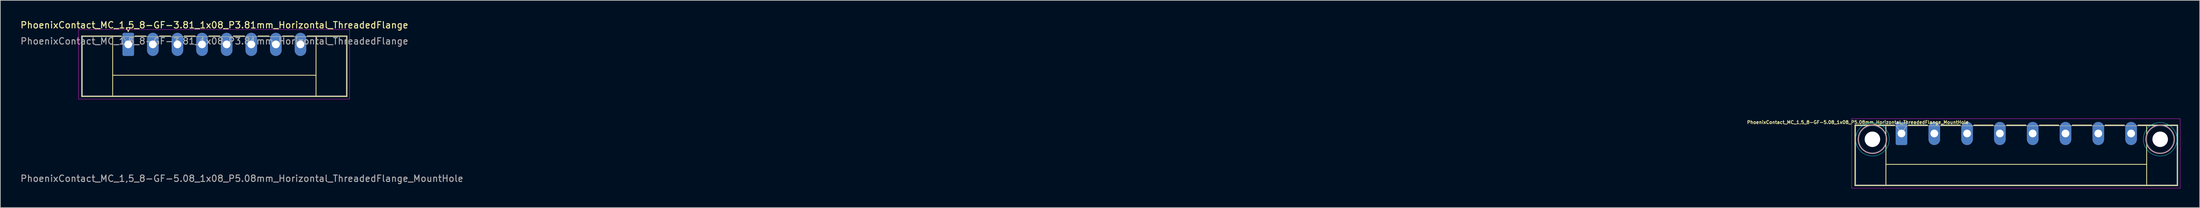
<source format=kicad_pcb>
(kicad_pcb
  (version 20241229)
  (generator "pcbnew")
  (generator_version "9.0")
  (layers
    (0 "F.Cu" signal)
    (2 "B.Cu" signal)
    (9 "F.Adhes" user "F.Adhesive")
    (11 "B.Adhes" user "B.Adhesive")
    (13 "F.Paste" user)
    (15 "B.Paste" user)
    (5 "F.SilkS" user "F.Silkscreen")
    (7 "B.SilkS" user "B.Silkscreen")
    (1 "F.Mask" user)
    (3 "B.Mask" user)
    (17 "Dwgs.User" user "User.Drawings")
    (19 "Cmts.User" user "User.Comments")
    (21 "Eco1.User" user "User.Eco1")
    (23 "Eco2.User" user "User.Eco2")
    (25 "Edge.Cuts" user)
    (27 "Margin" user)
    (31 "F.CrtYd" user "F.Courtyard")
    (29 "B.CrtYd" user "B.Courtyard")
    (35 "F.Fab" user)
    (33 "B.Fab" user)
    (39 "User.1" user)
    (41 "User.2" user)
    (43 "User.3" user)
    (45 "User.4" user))
  (footprint "PhoenixContact_MC_1,5_8-GF-3.81_1x08_P3.81mm_Horizontal_ThreadedFlange"
    (layer "F.Cu")
    (at 16.809 3.848)
    (property "Reference" "PhoenixContact_MC_1,5_8-GF-3.81_1x08_P3.81mm_Horizontal_ThreadedFlange" (at 13.34 -3 0) (layer "F.SilkS") (effects (font (size 1 1) (thickness 0.15))))
    (attr through_hole)
    (fp_line (start -7.21 -1.31) (end -7.21 8.11) (stroke (width 0.12) (type solid)) (layer "F.SilkS"))
    (fp_line (start -7.21 -1.31) (end -1.05 -1.31) (stroke (width 0.12) (type solid)) (layer "F.SilkS"))
    (fp_line (start -7.21 8.11) (end 33.88 8.11) (stroke (width 0.12) (type solid)) (layer "F.SilkS"))
    (fp_line (start -2.41 -1.31) (end -2.41 8.11) (stroke (width 0.12) (type solid)) (layer "F.SilkS"))
    (fp_line (start -2.41 4.8) (end 29.08 4.8) (stroke (width 0.12) (type solid)) (layer "F.SilkS"))
    (fp_line (start -0.3 -2.6) (end 0.3 -2.6) (stroke (width 0.12) (type solid)) (layer "F.SilkS"))
    (fp_line (start 0 -2) (end -0.3 -2.6) (stroke (width 0.12) (type solid)) (layer "F.SilkS"))
    (fp_line (start 0.3 -2.6) (end 0 -2) (stroke (width 0.12) (type solid)) (layer "F.SilkS"))
    (fp_line (start 1.05 -1.31) (end 2.76 -1.31) (stroke (width 0.12) (type solid)) (layer "F.SilkS"))
    (fp_line (start 4.86 -1.31) (end 6.57 -1.31) (stroke (width 0.12) (type solid)) (layer "F.SilkS"))
    (fp_line (start 8.67 -1.31) (end 10.38 -1.31) (stroke (width 0.12) (type solid)) (layer "F.SilkS"))
    (fp_line (start 12.48 -1.31) (end 14.19 -1.31) (stroke (width 0.12) (type solid)) (layer "F.SilkS"))
    (fp_line (start 16.29 -1.31) (end 18 -1.31) (stroke (width 0.12) (type solid)) (layer "F.SilkS"))
    (fp_line (start 20.1 -1.31) (end 21.81 -1.31) (stroke (width 0.12) (type solid)) (layer "F.SilkS"))
    (fp_line (start 23.91 -1.31) (end 25.62 -1.31) (stroke (width 0.12) (type solid)) (layer "F.SilkS"))
    (fp_line (start 29.08 -1.31) (end 29.08 8.11) (stroke (width 0.12) (type solid)) (layer "F.SilkS"))
    (fp_line (start 33.88 -1.31) (end 27.72 -1.31) (stroke (width 0.12) (type solid)) (layer "F.SilkS"))
    (fp_line (start 33.88 8.11) (end 33.88 -1.31) (stroke (width 0.12) (type solid)) (layer "F.SilkS"))
    (fp_line (start -7.71 -2.3) (end -7.71 8.5) (stroke (width 0.05) (type solid)) (layer "F.CrtYd"))
    (fp_line (start -7.71 8.5) (end 34.27 8.5) (stroke (width 0.05) (type solid)) (layer "F.CrtYd"))
    (fp_line (start 34.27 -2.3) (end -7.71 -2.3) (stroke (width 0.05) (type solid)) (layer "F.CrtYd"))
    (fp_line (start 34.27 8.5) (end 34.27 -2.3) (stroke (width 0.05) (type solid)) (layer "F.CrtYd"))
    (fp_line (start -7.1 -1.2) (end -7.1 8) (stroke (width 0.1) (type solid)) (layer "F.Fab"))
    (fp_line (start -7.1 8) (end 33.77 8) (stroke (width 0.1) (type solid)) (layer "F.Fab"))
    (fp_line (start 0 0) (end -0.8 -1.2) (stroke (width 0.1) (type solid)) (layer "F.Fab"))
    (fp_line (start 0.8 -1.2) (end 0 0) (stroke (width 0.1) (type solid)) (layer "F.Fab"))
    (fp_line (start 33.77 -1.2) (end -7.1 -1.2) (stroke (width 0.1) (type solid)) (layer "F.Fab"))
    (fp_line (start 33.77 8) (end 33.77 -1.2) (stroke (width 0.1) (type solid)) (layer "F.Fab"))
    (fp_text user "${REFERENCE}" (at 13.34 -0.5 0) (layer "F.Fab") (effects (font (size 1 1) (thickness 0.15))))
    (pad "1" thru_hole roundrect (at 0 0) (size 1.8 3.6) (drill 1.2) (layers "*.Cu" "*.Mask") (roundrect_rratio 0.139))
    (pad "2" thru_hole oval (at 3.81 0) (size 1.8 3.6) (drill 1.2) (layers "*.Cu" "*.Mask"))
    (pad "3" thru_hole oval (at 7.62 0) (size 1.8 3.6) (drill 1.2) (layers "*.Cu" "*.Mask"))
    (pad "4" thru_hole oval (at 11.43 0) (size 1.8 3.6) (drill 1.2) (layers "*.Cu" "*.Mask"))
    (pad "5" thru_hole oval (at 15.24 0) (size 1.8 3.6) (drill 1.2) (layers "*.Cu" "*.Mask"))
    (pad "6" thru_hole oval (at 19.05 0) (size 1.8 3.6) (drill 1.2) (layers "*.Cu" "*.Mask"))
    (pad "7" thru_hole oval (at 22.86 0) (size 1.8 3.6) (drill 1.2) (layers "*.Cu" "*.Mask"))
    (pad "8" thru_hole oval (at 26.67 0) (size 1.8 3.6) (drill 1.2) (layers "*.Cu" "*.Mask")))
  (footprint "PhoenixContact_MC_1,5_8-GF-5.08_1x08_P5.08mm_Horizontal_ThreadedFlange_MountHole"
    (layer "F.Cu")
    (at 291.411 17.698)
    (property "Reference" "PhoenixContact_MC_1,5_8-GF-5.08_1x08_P5.08mm_Horizontal_ThreadedFlange_MountHole" (at -6.761 -1.741 0) (layer "F.SilkS") (effects (font (size 0.5 0.5) (thickness 0.1))))
    (attr through_hole)
    (fp_line (start -7.21 -1.31) (end -7.21 8.11) (stroke (width 0.12) (type solid)) (layer "F.SilkS"))
    (fp_line (start -7.21 -1.31) (end -1.05 -1.31) (stroke (width 0.12) (type solid)) (layer "F.SilkS"))
    (fp_line (start -7.21 8.11) (end 42.77 8.11) (stroke (width 0.12) (type solid)) (layer "F.SilkS"))
    (fp_line (start -2.41 -1.31) (end -2.41 8.11) (stroke (width 0.12) (type solid)) (layer "F.SilkS"))
    (fp_line (start -2.41 4.8) (end 37.97 4.8) (stroke (width 0.12) (type solid)) (layer "F.SilkS"))
    (fp_line (start 1.05 -1.31) (end 4.03 -1.31) (stroke (width 0.12) (type solid)) (layer "F.SilkS"))
    (fp_line (start 6.13 -1.31) (end 9.11 -1.31) (stroke (width 0.12) (type solid)) (layer "F.SilkS"))
    (fp_line (start 11.21 -1.31) (end 14.19 -1.31) (stroke (width 0.12) (type solid)) (layer "F.SilkS"))
    (fp_line (start 16.29 -1.31) (end 19.27 -1.31) (stroke (width 0.12) (type solid)) (layer "F.SilkS"))
    (fp_line (start 21.37 -1.31) (end 24.35 -1.31) (stroke (width 0.12) (type solid)) (layer "F.SilkS"))
    (fp_line (start 26.45 -1.31) (end 29.43 -1.31) (stroke (width 0.12) (type solid)) (layer "F.SilkS"))
    (fp_line (start 31.53 -1.31) (end 34.51 -1.31) (stroke (width 0.12) (type solid)) (layer "F.SilkS"))
    (fp_line (start 37.97 -1.31) (end 37.97 8.11) (stroke (width 0.12) (type solid)) (layer "F.SilkS"))
    (fp_line (start 42.77 -1.31) (end 36.61 -1.31) (stroke (width 0.12) (type solid)) (layer "F.SilkS"))
    (fp_line (start 42.77 8.11) (end 42.77 -1.31) (stroke (width 0.12) (type solid)) (layer "F.SilkS"))
    (fp_circle (center -4.5 0.9) (end -2.29 0.9) (stroke (width 0.12) (type solid)) (fill no) (layer "B.SilkS"))
    (fp_circle (center 40.06 0.9) (end 42.27 0.9) (stroke (width 0.12) (type solid)) (fill no) (layer "B.SilkS"))
    (fp_circle (center -4.5 0.9) (end -1.9 0.9) (stroke (width 0.05) (type solid)) (fill no) (layer "B.CrtYd"))
    (fp_circle (center 40.06 0.9) (end 42.66 0.9) (stroke (width 0.05) (type solid)) (fill no) (layer "B.CrtYd"))
    (fp_line (start -7.71 -2.3) (end -7.71 8.5) (stroke (width 0.05) (type solid)) (layer "F.CrtYd"))
    (fp_line (start -7.71 8.5) (end 43.16 8.5) (stroke (width 0.05) (type solid)) (layer "F.CrtYd"))
    (fp_line (start 43.16 -2.3) (end -7.71 -2.3) (stroke (width 0.05) (type solid)) (layer "F.CrtYd"))
    (fp_line (start 43.16 8.5) (end 43.16 -2.3) (stroke (width 0.05) (type solid)) (layer "F.CrtYd"))
    (fp_circle (center -4.5 0.9) (end -2.4 0.9) (stroke (width 0.1) (type solid)) (fill no) (layer "B.Fab"))
    (fp_circle (center 40.06 0.9) (end 42.16 0.9) (stroke (width 0.1) (type solid)) (fill no) (layer "B.Fab"))
    (fp_line (start -7.1 -1.2) (end -7.1 8) (stroke (width 0.1) (type solid)) (layer "F.Fab"))
    (fp_line (start -7.1 8) (end 42.66 8) (stroke (width 0.1) (type solid)) (layer "F.Fab"))
    (fp_line (start 0 0) (end -0.8 -1.2) (stroke (width 0.1) (type solid)) (layer "F.Fab"))
    (fp_line (start 0.8 -1.2) (end 0 0) (stroke (width 0.1) (type solid)) (layer "F.Fab"))
    (fp_line (start 42.66 -1.2) (end -7.1 -1.2) (stroke (width 0.1) (type solid)) (layer "F.Fab"))
    (fp_line (start 42.66 8) (end 42.66 -1.2) (stroke (width 0.1) (type solid)) (layer "F.Fab"))
    (fp_text user "${REFERENCE}" (at -257 7 0) (layer "F.Fab") (effects (font (size 1 1) (thickness 0.15))))
    (pad "" np_thru_hole circle (at -4.5 0.9) (size 2.4 2.4) (drill 2.4) (layers "*.Cu" "*.Mask"))
    (pad "" np_thru_hole circle (at 40.06 0.9) (size 2.4 2.4) (drill 2.4) (layers "*.Cu" "*.Mask"))
    (pad "1" thru_hole roundrect (at 0 0) (size 1.8 3.6) (drill 1.2) (layers "*.Cu" "*.Mask") (roundrect_rratio 0.139))
    (pad "2" thru_hole oval (at 5.08 0) (size 1.8 3.6) (drill 1.2) (layers "*.Cu" "*.Mask"))
    (pad "3" thru_hole oval (at 10.16 0) (size 1.8 3.6) (drill 1.2) (layers "*.Cu" "*.Mask"))
    (pad "4" thru_hole oval (at 15.24 0) (size 1.8 3.6) (drill 1.2) (layers "*.Cu" "*.Mask"))
    (pad "5" thru_hole oval (at 20.32 0) (size 1.8 3.6) (drill 1.2) (layers "*.Cu" "*.Mask"))
    (pad "6" thru_hole oval (at 25.4 0) (size 1.8 3.6) (drill 1.2) (layers "*.Cu" "*.Mask"))
    (pad "7" thru_hole oval (at 30.48 0) (size 1.8 3.6) (drill 1.2) (layers "*.Cu" "*.Mask"))
    (pad "8" thru_hole oval (at 35.56 0) (size 1.8 3.6) (drill 1.2) (layers "*.Cu" "*.Mask")))
  (gr_rect
    (start -3 -3)
    (end 337.596 29.223)
    (stroke (width 0.1) (type default))
    (fill no)
    (layer "Edge.Cuts")))
</source>
